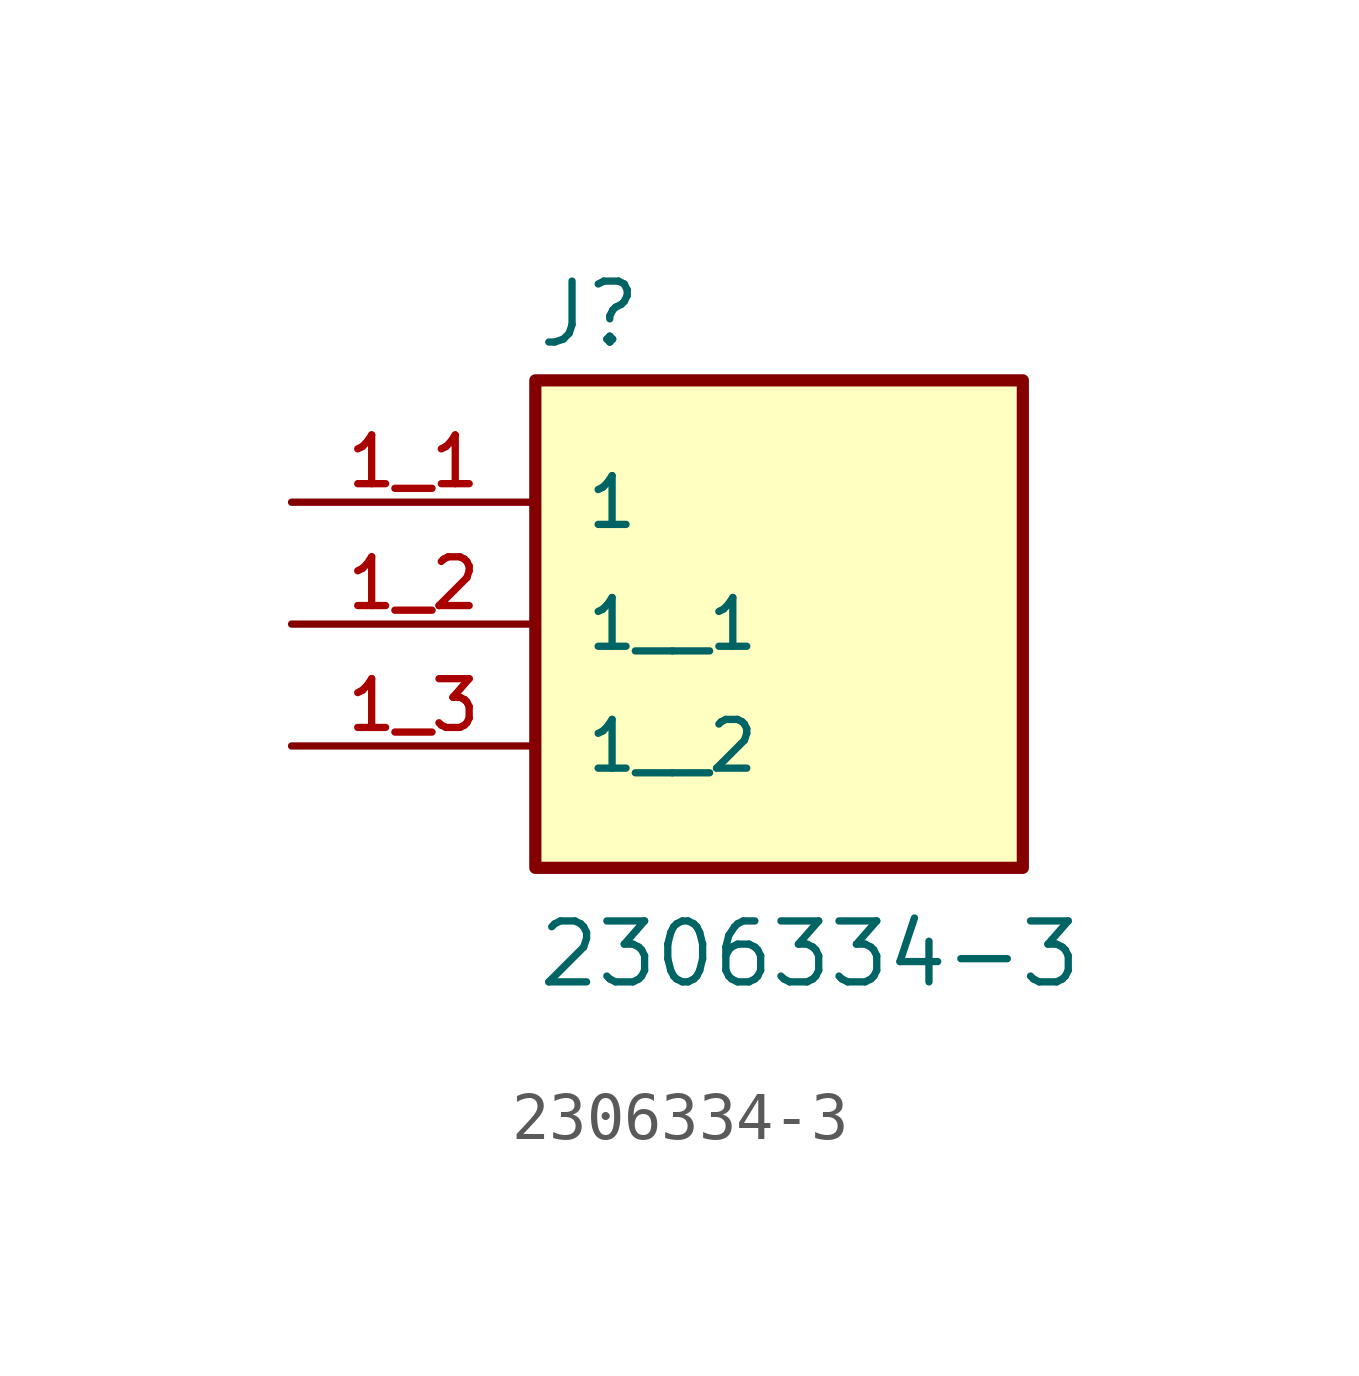
<source format=kicad_sym>
(kicad_symbol_lib
  (version 20211014)
  (generator kicad_symbol_editor)
  (symbol "2306334-3"
    (pin_names
      (offset 1.016))
    (property "Reference" "J"
      (at -5.08 3.175 0)
      (effects (font (size 1.27 1.27)) (justify bottom left)))
    (property "Value" "2306334-3"
      (at -5.08 -10.16 0)
      (effects (font (size 1.27 1.27)) (justify bottom left)))
    (symbol "2306334-3_0_0"
      (rectangle (start -5.08 -7.62) (end 5.08 2.54) (stroke (width 0.254)) (fill (type background)))
      (pin passive line (at -10.16 0.0 0) (length 5.08) (name "1" (effects (font (size 1.016 1.016)))) (number "1_1" (effects (font (size 1.016 1.016)))))
      (pin passive line (at -10.16 -2.54 0) (length 5.08) (name "1__1" (effects (font (size 1.016 1.016)))) (number "1_2" (effects (font (size 1.016 1.016)))))
      (pin passive line (at -10.16 -5.08 0) (length 5.08) (name "1__2" (effects (font (size 1.016 1.016)))) (number "1_3" (effects (font (size 1.016 1.016))))))))
</source>
